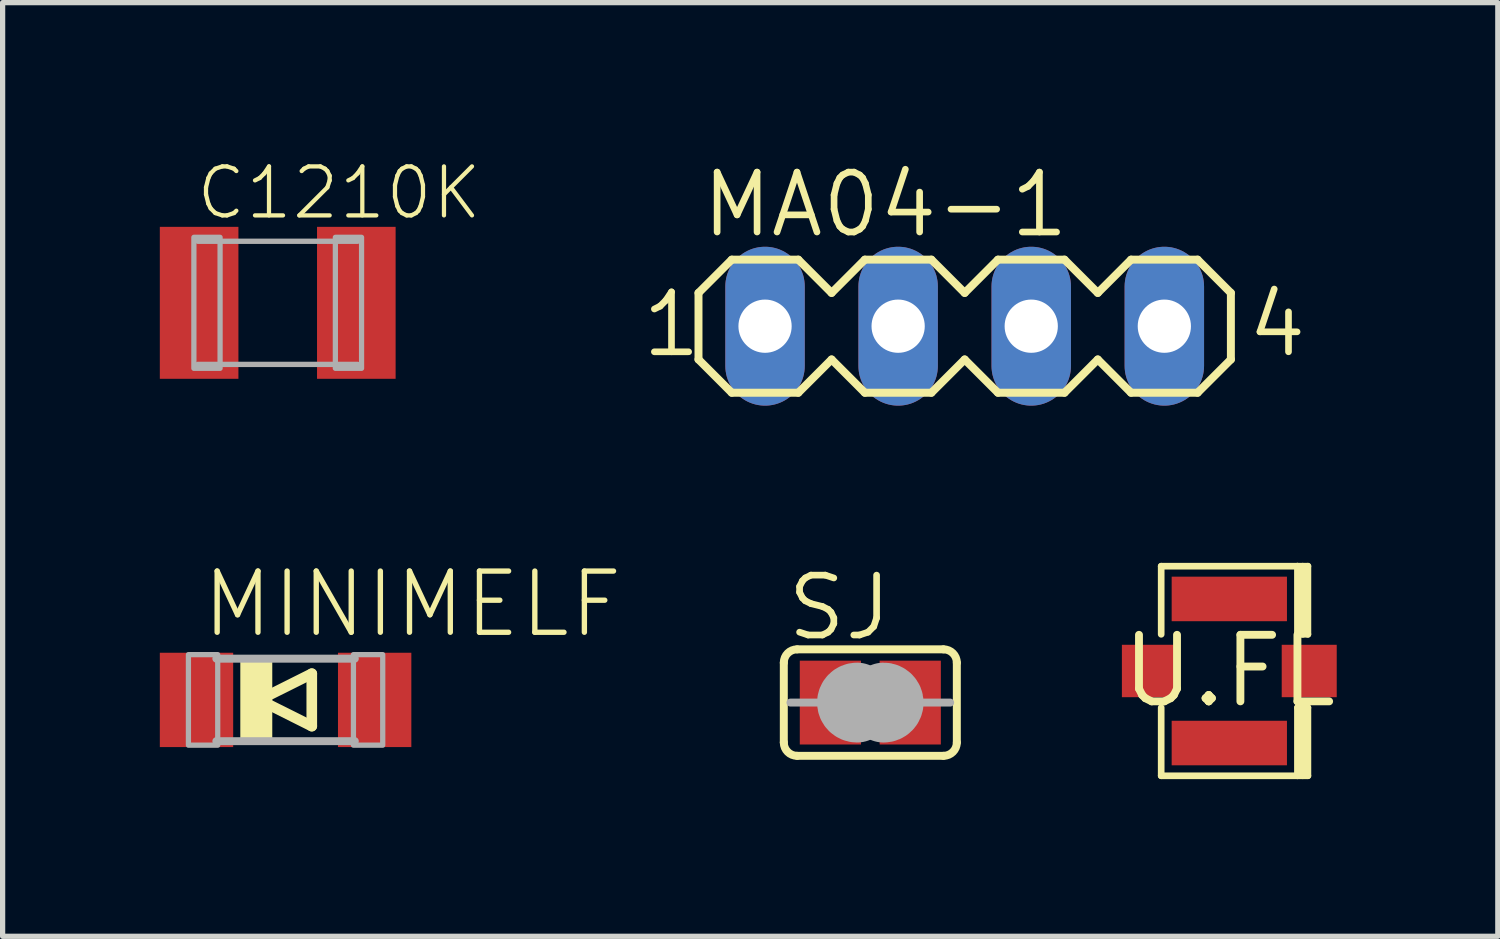
<source format=kicad_pcb>
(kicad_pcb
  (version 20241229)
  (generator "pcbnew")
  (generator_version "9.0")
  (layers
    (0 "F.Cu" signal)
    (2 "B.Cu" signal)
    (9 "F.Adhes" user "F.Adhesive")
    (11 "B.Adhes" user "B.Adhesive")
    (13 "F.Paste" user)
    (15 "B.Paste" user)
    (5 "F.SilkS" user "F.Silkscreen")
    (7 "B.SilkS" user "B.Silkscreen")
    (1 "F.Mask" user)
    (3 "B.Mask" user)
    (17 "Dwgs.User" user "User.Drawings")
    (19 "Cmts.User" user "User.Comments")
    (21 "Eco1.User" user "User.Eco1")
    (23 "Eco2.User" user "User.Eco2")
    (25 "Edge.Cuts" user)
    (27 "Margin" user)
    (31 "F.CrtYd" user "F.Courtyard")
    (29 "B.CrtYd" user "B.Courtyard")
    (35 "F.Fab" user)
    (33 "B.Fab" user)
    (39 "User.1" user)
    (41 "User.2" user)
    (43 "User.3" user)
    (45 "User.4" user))
  (footprint "U.FL"
    (layer "F.Cu")
    (at 20.41 9.755)
    (property "Reference" "U.FL" (at 0 0 0) (layer "F.SilkS") (effects (font (size 1.27 1.27) (thickness 0.15))))
    (fp_line (start -1.3 -0.7) (end -1.3 -2) (stroke (width 0.127) (type solid)) (layer "F.SilkS"))
    (fp_line (start -1.3 2) (end -1.3 0.7) (stroke (width 0.127) (type solid)) (layer "F.SilkS"))
    (fp_line (start -1.3 2) (end 1.3 2) (stroke (width 0.127) (type solid)) (layer "F.SilkS"))
    (fp_line (start 1.3 -2) (end -1.3 -2) (stroke (width 0.127) (type solid)) (layer "F.SilkS"))
    (fp_line (start 1.3 -0.7) (end 1.3 -2) (stroke (width 0.127) (type solid)) (layer "F.SilkS"))
    (fp_line (start 1.3 2) (end 1.3 0.7) (stroke (width 0.127) (type solid)) (layer "F.SilkS"))
    (fp_line (start 1.4 -0.7) (end 1.4 -2) (stroke (width 0.127) (type solid)) (layer "F.SilkS"))
    (fp_line (start 1.4 2) (end 1.4 0.7) (stroke (width 0.127) (type solid)) (layer "F.SilkS"))
    (fp_line (start 1.5 -2) (end 1.3 -2) (stroke (width 0.127) (type solid)) (layer "F.SilkS"))
    (fp_line (start 1.5 -0.7) (end 1.3 -0.7) (stroke (width 0.127) (type solid)) (layer "F.SilkS"))
    (fp_line (start 1.5 -0.7) (end 1.5 -2) (stroke (width 0.127) (type solid)) (layer "F.SilkS"))
    (fp_line (start 1.5 0.7) (end 1.3 0.7) (stroke (width 0.127) (type solid)) (layer "F.SilkS"))
    (fp_line (start 1.5 2) (end 1.3 2) (stroke (width 0.127) (type solid)) (layer "F.SilkS"))
    (fp_line (start 1.5 2) (end 1.5 0.7) (stroke (width 0.127) (type solid)) (layer "F.SilkS"))
    (pad "P$1" smd rect (at 0 -1.375) (size 2.2 0.85) (layers "F.Cu" "F.Mask" "F.Paste"))
    (pad "P$2" smd rect (at 0 1.375) (size 2.2 0.85) (layers "F.Cu" "F.Mask" "F.Paste"))
    (pad "P$3" smd rect (at 1.525 0) (size 1.05 1) (layers "F.Cu" "F.Mask" "F.Paste"))
    (pad "P$4" smd rect (at -1.525 0) (size 1.05 1) (layers "F.Cu" "F.Mask" "F.Paste")))
  (footprint "MA04-1"
    (layer "F.Cu")
    (at 15.36 3.175)
    (property "Reference" "MA04-1" (at -5.08 -1.651 0) (layer "F.SilkS") (effects (font (size 1.143 1.143) (thickness 0.127)) (justify left bottom)))
    (fp_line (start -5.08 -0.635) (end -5.08 0.635) (stroke (width 0.152) (type solid)) (layer "F.SilkS"))
    (fp_line (start -5.08 0.635) (end -4.445 1.27) (stroke (width 0.152) (type solid)) (layer "F.SilkS"))
    (fp_line (start -4.445 -1.27) (end -5.08 -0.635) (stroke (width 0.152) (type solid)) (layer "F.SilkS"))
    (fp_line (start -4.445 -1.27) (end -3.175 -1.27) (stroke (width 0.152) (type solid)) (layer "F.SilkS"))
    (fp_line (start -3.175 -1.27) (end -2.54 -0.635) (stroke (width 0.152) (type solid)) (layer "F.SilkS"))
    (fp_line (start -3.175 1.27) (end -4.445 1.27) (stroke (width 0.152) (type solid)) (layer "F.SilkS"))
    (fp_line (start -2.54 -0.635) (end -1.905 -1.27) (stroke (width 0.152) (type solid)) (layer "F.SilkS"))
    (fp_line (start -2.54 0.635) (end -3.175 1.27) (stroke (width 0.152) (type solid)) (layer "F.SilkS"))
    (fp_line (start -1.905 -1.27) (end -0.635 -1.27) (stroke (width 0.152) (type solid)) (layer "F.SilkS"))
    (fp_line (start -1.905 1.27) (end -2.54 0.635) (stroke (width 0.152) (type solid)) (layer "F.SilkS"))
    (fp_line (start -0.635 -1.27) (end 0 -0.635) (stroke (width 0.152) (type solid)) (layer "F.SilkS"))
    (fp_line (start -0.635 1.27) (end -1.905 1.27) (stroke (width 0.152) (type solid)) (layer "F.SilkS"))
    (fp_line (start 0 -0.635) (end 0.635 -1.27) (stroke (width 0.152) (type solid)) (layer "F.SilkS"))
    (fp_line (start 0 0.635) (end -0.635 1.27) (stroke (width 0.152) (type solid)) (layer "F.SilkS"))
    (fp_line (start 0.635 -1.27) (end 1.905 -1.27) (stroke (width 0.152) (type solid)) (layer "F.SilkS"))
    (fp_line (start 0.635 1.27) (end 0 0.635) (stroke (width 0.152) (type solid)) (layer "F.SilkS"))
    (fp_line (start 1.905 -1.27) (end 2.54 -0.635) (stroke (width 0.152) (type solid)) (layer "F.SilkS"))
    (fp_line (start 1.905 1.27) (end 0.635 1.27) (stroke (width 0.152) (type solid)) (layer "F.SilkS"))
    (fp_line (start 2.54 0.635) (end 1.905 1.27) (stroke (width 0.152) (type solid)) (layer "F.SilkS"))
    (fp_line (start 2.54 0.635) (end 3.175 1.27) (stroke (width 0.152) (type solid)) (layer "F.SilkS"))
    (fp_line (start 3.175 -1.27) (end 2.54 -0.635) (stroke (width 0.152) (type solid)) (layer "F.SilkS"))
    (fp_line (start 3.175 -1.27) (end 4.445 -1.27) (stroke (width 0.152) (type solid)) (layer "F.SilkS"))
    (fp_line (start 4.445 -1.27) (end 5.08 -0.635) (stroke (width 0.152) (type solid)) (layer "F.SilkS"))
    (fp_line (start 4.445 1.27) (end 3.175 1.27) (stroke (width 0.152) (type solid)) (layer "F.SilkS"))
    (fp_line (start 5.08 -0.635) (end 5.08 0.635) (stroke (width 0.152) (type solid)) (layer "F.SilkS"))
    (fp_line (start 5.08 0.635) (end 4.445 1.27) (stroke (width 0.152) (type solid)) (layer "F.SilkS"))
    (fp_poly (pts (xy -4.064 0.254) (xy -3.556 0.254) (xy -3.556 -0.254) (xy -4.064 -0.254)) (stroke (width 0.1) (type solid)) (fill no) (layer "F.Fab"))
    (fp_poly (pts (xy -1.524 0.254) (xy -1.016 0.254) (xy -1.016 -0.254) (xy -1.524 -0.254)) (stroke (width 0.1) (type solid)) (fill no) (layer "F.Fab"))
    (fp_poly (pts (xy 1.016 0.254) (xy 1.524 0.254) (xy 1.524 -0.254) (xy 1.016 -0.254)) (stroke (width 0.1) (type solid)) (fill no) (layer "F.Fab"))
    (fp_poly (pts (xy 3.556 0.254) (xy 4.064 0.254) (xy 4.064 -0.254) (xy 3.556 -0.254)) (stroke (width 0.1) (type solid)) (fill no) (layer "F.Fab"))
    (fp_text user "1" (at -6.223 0.635 0) (layer "F.SilkS") (effects (font (size 1.143 1.143) (thickness 0.127)) (justify left bottom)))
    (fp_text user "4" (at 5.334 0.635 0) (layer "F.SilkS") (effects (font (size 1.143 1.143) (thickness 0.127)) (justify left bottom)))
    (pad "1" thru_hole oval (at -3.81 0 90) (size 3.032 1.516) (drill 1.016) (layers "*.Cu" "*.Mask"))
    (pad "2" thru_hole oval (at -1.27 0 90) (size 3.032 1.516) (drill 1.016) (layers "*.Cu" "*.Mask"))
    (pad "3" thru_hole oval (at 1.27 0 90) (size 3.032 1.516) (drill 1.016) (layers "*.Cu" "*.Mask"))
    (pad "4" thru_hole oval (at 3.81 0 90) (size 3.032 1.516) (drill 1.016) (layers "*.Cu" "*.Mask")))
  (footprint "MINIMELF"
    (layer "F.Cu")
    (at 2.4 10.307)
    (property "Reference" "MINIMELF" (at -1.651 -1.143 0) (layer "F.SilkS") (effects (font (size 1.168 1.168) (thickness 0.102)) (justify left bottom)))
    (fp_line (start -0.5 0) (end 0.5 0.5) (stroke (width 0.203) (type solid)) (layer "F.SilkS"))
    (fp_line (start 0.5 -0.5) (end -0.5 0) (stroke (width 0.203) (type solid)) (layer "F.SilkS"))
    (fp_line (start 0.5 0.5) (end 0.5 -0.5) (stroke (width 0.203) (type solid)) (layer "F.SilkS"))
    (fp_poly (pts (xy -0.864 0.787) (xy -0.254 0.787) (xy -0.254 -0.787) (xy -0.864 -0.787)) (stroke (width 0) (type solid)) (fill yes) (layer "F.SilkS"))
    (fp_line (start 1.321 -0.787) (end -1.321 -0.787) (stroke (width 0.152) (type solid)) (layer "F.Fab"))
    (fp_line (start 1.321 0.787) (end -1.321 0.787) (stroke (width 0.152) (type solid)) (layer "F.Fab"))
    (fp_poly (pts (xy -1.854 0.864) (xy -1.295 0.864) (xy -1.295 -0.864) (xy -1.854 -0.864)) (stroke (width 0.1) (type solid)) (fill no) (layer "F.Fab"))
    (fp_poly (pts (xy 1.295 0.864) (xy 1.854 0.864) (xy 1.854 -0.864) (xy 1.295 -0.864)) (stroke (width 0.1) (type solid)) (fill no) (layer "F.Fab"))
    (pad "A" smd rect (at 1.7 0) (size 1.4 1.8) (layers "F.Cu" "F.Mask" "F.Paste"))
    (pad "C" smd rect (at -1.7 0) (size 1.4 1.8) (layers "F.Cu" "F.Mask" "F.Paste")))
  (footprint "SJ"
    (layer "F.Cu")
    (at 13.559 10.358)
    (property "Reference" "SJ" (at -1.651 -1.143 0) (layer "F.SilkS") (effects (font (size 1.143 1.143) (thickness 0.127)) (justify left bottom)))
    (fp_poly (pts (xy -0.076 0.914) (xy 0.076 0.914) (xy 0.076 -0.914) (xy -0.076 -0.914)) (stroke (width 0) (type solid)) (fill yes) (layer "F.Mask"))
    (fp_line (start -1.651 0.762) (end -1.651 -0.762) (stroke (width 0.152) (type solid)) (layer "F.SilkS"))
    (fp_line (start -1.397 -1.016) (end 1.397 -1.016) (stroke (width 0.152) (type solid)) (layer "F.SilkS"))
    (fp_line (start 1.397 1.016) (end -1.397 1.016) (stroke (width 0.152) (type solid)) (layer "F.SilkS"))
    (fp_line (start 1.651 0.762) (end 1.651 -0.762) (stroke (width 0.152) (type solid)) (layer "F.SilkS"))
    (fp_arc (start -1.651 -0.762) (mid -1.576605 -0.941605) (end -1.397 -1.016) (stroke (width 0.1524) (type solid)) (layer "F.SilkS"))
    (fp_arc (start -1.397 1.016) (mid -1.576605 0.941605) (end -1.651 0.762) (stroke (width 0.1524) (type solid)) (layer "F.SilkS"))
    (fp_arc (start 1.397 -1.016) (mid 1.576605 -0.941605) (end 1.651 -0.762) (stroke (width 0.1524) (type solid)) (layer "F.SilkS"))
    (fp_arc (start 1.651 0.762) (mid 1.576605 0.941605) (end 1.397 1.016) (stroke (width 0.1524) (type solid)) (layer "F.SilkS"))
    (fp_line (start -1.016 0) (end -1.524 0) (stroke (width 0.152) (type solid)) (layer "F.Fab"))
    (fp_line (start 1.016 0) (end 1.524 0) (stroke (width 0.152) (type solid)) (layer "F.Fab"))
    (fp_arc (start -0.254 0.127) (mid -0.381 0) (end -0.254 -0.127) (stroke (width 1.27) (type solid)) (layer "F.Fab"))
    (fp_arc (start 0.254 -0.127) (mid 0.381 0) (end 0.254 0.127) (stroke (width 1.27) (type solid)) (layer "F.Fab"))
    (pad "1" smd rect (at -0.762 0) (size 1.168 1.6) (layers "F.Cu" "F.Mask" "F.Paste"))
    (pad "2" smd rect (at 0.762 0) (size 1.168 1.6) (layers "F.Cu" "F.Mask" "F.Paste")))
  (footprint "C1210K"
    (layer "F.Cu")
    (at 2.25 2.729)
    (property "Reference" "C1210K" (at -1.6 -1.55 0) (layer "F.SilkS") (effects (font (size 0.935 0.935) (thickness 0.081)) (justify left bottom)))
    (fp_line (start -1.525 -1.175) (end 1.525 -1.175) (stroke (width 0.102) (type solid)) (layer "F.Fab"))
    (fp_line (start 1.525 1.175) (end -1.525 1.175) (stroke (width 0.102) (type solid)) (layer "F.Fab"))
    (fp_poly (pts (xy -1.6 1.25) (xy -1.1 1.25) (xy -1.1 -1.25) (xy -1.6 -1.25)) (stroke (width 0.1) (type solid)) (fill no) (layer "F.Fab"))
    (fp_poly (pts (xy 1.1 1.25) (xy 1.6 1.25) (xy 1.6 -1.25) (xy 1.1 -1.25)) (stroke (width 0.1) (type solid)) (fill no) (layer "F.Fab"))
    (pad "1" smd rect (at -1.5 0) (size 1.5 2.9) (layers "F.Cu" "F.Mask" "F.Paste"))
    (pad "2" smd rect (at 1.5 0) (size 1.5 2.9) (layers "F.Cu" "F.Mask" "F.Paste")))
  (gr_rect
    (start -3 -3)
    (end 25.534 14.818)
    (stroke (width 0.1) (type default))
    (fill no)
    (layer "Edge.Cuts")))
</source>
